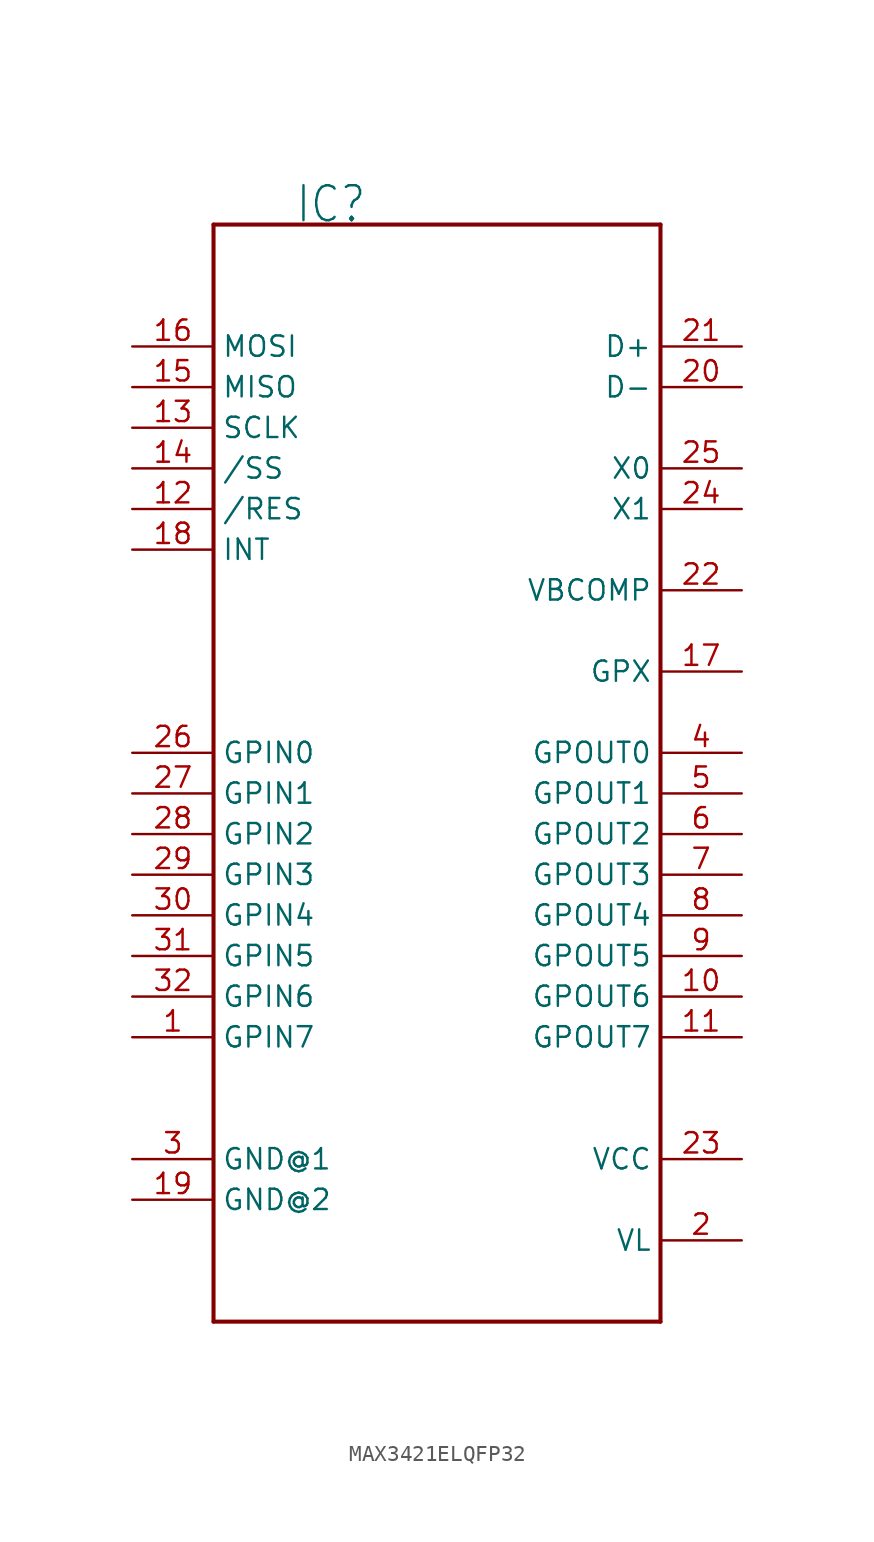
<source format=kicad_sym>
(kicad_symbol_lib
  (version 20231120)
  (generator "kicad_symbol_editor")
  (generator_version "8.0")
  (symbol "MAX3421ELQFP32"
    (property "Reference" "IC"
      (at -15.24 22.86 0)
      (effects (font (size 2.184 1.857)) (justify left bottom)))
    (property "Value" ""
      (at -5.08 -17.78 90)
      (effects (font (size 2.184 1.857)) (justify left bottom)))
    (property "ki_locked" ""
      (at 0 0 0)
      (effects (font (size 1.27 1.27))))
    (symbol "MAX3421ELQFP32_1_0"
      (polyline (pts (xy -20.32 -45.72) (xy -20.32 22.86)) (stroke (width 0.254) (type solid)) (fill (type none)))
      (polyline (pts (xy -20.32 22.86) (xy 7.62 22.86)) (stroke (width 0.254) (type solid)) (fill (type none)))
      (polyline (pts (xy 7.62 -45.72) (xy -20.32 -45.72)) (stroke (width 0.254) (type solid)) (fill (type none)))
      (polyline (pts (xy 7.62 22.86) (xy 7.62 -45.72)) (stroke (width 0.254) (type solid)) (fill (type none)))
      (pin input line (at -25.4 -27.94 0) (length 5.08) (name "GPIN7" (effects (font (size 1.27 1.27)))) (number "1" (effects (font (size 1.27 1.27)))))
      (pin output line (at 12.7 -25.4 180) (length 5.08) (name "GPOUT6" (effects (font (size 1.27 1.27)))) (number "10" (effects (font (size 1.27 1.27)))))
      (pin output line (at 12.7 -27.94 180) (length 5.08) (name "GPOUT7" (effects (font (size 1.27 1.27)))) (number "11" (effects (font (size 1.27 1.27)))))
      (pin input line (at -25.4 5.08 0) (length 5.08) (name "/RES" (effects (font (size 1.27 1.27)))) (number "12" (effects (font (size 1.27 1.27)))))
      (pin input line (at -25.4 10.16 0) (length 5.08) (name "SCLK" (effects (font (size 1.27 1.27)))) (number "13" (effects (font (size 1.27 1.27)))))
      (pin input line (at -25.4 7.62 0) (length 5.08) (name "/SS" (effects (font (size 1.27 1.27)))) (number "14" (effects (font (size 1.27 1.27)))))
      (pin output line (at -25.4 12.7 0) (length 5.08) (name "MISO" (effects (font (size 1.27 1.27)))) (number "15" (effects (font (size 1.27 1.27)))))
      (pin input line (at -25.4 15.24 0) (length 5.08) (name "MOSI" (effects (font (size 1.27 1.27)))) (number "16" (effects (font (size 1.27 1.27)))))
      (pin bidirectional line (at 12.7 -5.08 180) (length 5.08) (name "GPX" (effects (font (size 1.27 1.27)))) (number "17" (effects (font (size 1.27 1.27)))))
      (pin output line (at -25.4 2.54 0) (length 5.08) (name "INT" (effects (font (size 1.27 1.27)))) (number "18" (effects (font (size 1.27 1.27)))))
      (pin power_in line (at -25.4 -38.1 0) (length 5.08) (name "GND@2" (effects (font (size 1.27 1.27)))) (number "19" (effects (font (size 1.27 1.27)))))
      (pin power_in line (at 12.7 -40.64 180) (length 5.08) (name "VL" (effects (font (size 1.27 1.27)))) (number "2" (effects (font (size 1.27 1.27)))))
      (pin bidirectional line (at 12.7 12.7 180) (length 5.08) (name "D-" (effects (font (size 1.27 1.27)))) (number "20" (effects (font (size 1.27 1.27)))))
      (pin bidirectional line (at 12.7 15.24 180) (length 5.08) (name "D+" (effects (font (size 1.27 1.27)))) (number "21" (effects (font (size 1.27 1.27)))))
      (pin bidirectional line (at 12.7 0 180) (length 5.08) (name "VBCOMP" (effects (font (size 1.27 1.27)))) (number "22" (effects (font (size 1.27 1.27)))))
      (pin power_in line (at 12.7 -35.56 180) (length 5.08) (name "VCC" (effects (font (size 1.27 1.27)))) (number "23" (effects (font (size 1.27 1.27)))))
      (pin bidirectional line (at 12.7 5.08 180) (length 5.08) (name "X1" (effects (font (size 1.27 1.27)))) (number "24" (effects (font (size 1.27 1.27)))))
      (pin bidirectional line (at 12.7 7.62 180) (length 5.08) (name "X0" (effects (font (size 1.27 1.27)))) (number "25" (effects (font (size 1.27 1.27)))))
      (pin input line (at -25.4 -10.16 0) (length 5.08) (name "GPIN0" (effects (font (size 1.27 1.27)))) (number "26" (effects (font (size 1.27 1.27)))))
      (pin input line (at -25.4 -12.7 0) (length 5.08) (name "GPIN1" (effects (font (size 1.27 1.27)))) (number "27" (effects (font (size 1.27 1.27)))))
      (pin input line (at -25.4 -15.24 0) (length 5.08) (name "GPIN2" (effects (font (size 1.27 1.27)))) (number "28" (effects (font (size 1.27 1.27)))))
      (pin input line (at -25.4 -17.78 0) (length 5.08) (name "GPIN3" (effects (font (size 1.27 1.27)))) (number "29" (effects (font (size 1.27 1.27)))))
      (pin power_in line (at -25.4 -35.56 0) (length 5.08) (name "GND@1" (effects (font (size 1.27 1.27)))) (number "3" (effects (font (size 1.27 1.27)))))
      (pin input line (at -25.4 -20.32 0) (length 5.08) (name "GPIN4" (effects (font (size 1.27 1.27)))) (number "30" (effects (font (size 1.27 1.27)))))
      (pin input line (at -25.4 -22.86 0) (length 5.08) (name "GPIN5" (effects (font (size 1.27 1.27)))) (number "31" (effects (font (size 1.27 1.27)))))
      (pin input line (at -25.4 -25.4 0) (length 5.08) (name "GPIN6" (effects (font (size 1.27 1.27)))) (number "32" (effects (font (size 1.27 1.27)))))
      (pin output line (at 12.7 -10.16 180) (length 5.08) (name "GPOUT0" (effects (font (size 1.27 1.27)))) (number "4" (effects (font (size 1.27 1.27)))))
      (pin output line (at 12.7 -12.7 180) (length 5.08) (name "GPOUT1" (effects (font (size 1.27 1.27)))) (number "5" (effects (font (size 1.27 1.27)))))
      (pin output line (at 12.7 -15.24 180) (length 5.08) (name "GPOUT2" (effects (font (size 1.27 1.27)))) (number "6" (effects (font (size 1.27 1.27)))))
      (pin output line (at 12.7 -17.78 180) (length 5.08) (name "GPOUT3" (effects (font (size 1.27 1.27)))) (number "7" (effects (font (size 1.27 1.27)))))
      (pin output line (at 12.7 -20.32 180) (length 5.08) (name "GPOUT4" (effects (font (size 1.27 1.27)))) (number "8" (effects (font (size 1.27 1.27)))))
      (pin output line (at 12.7 -22.86 180) (length 5.08) (name "GPOUT5" (effects (font (size 1.27 1.27)))) (number "9" (effects (font (size 1.27 1.27))))))))
</source>
